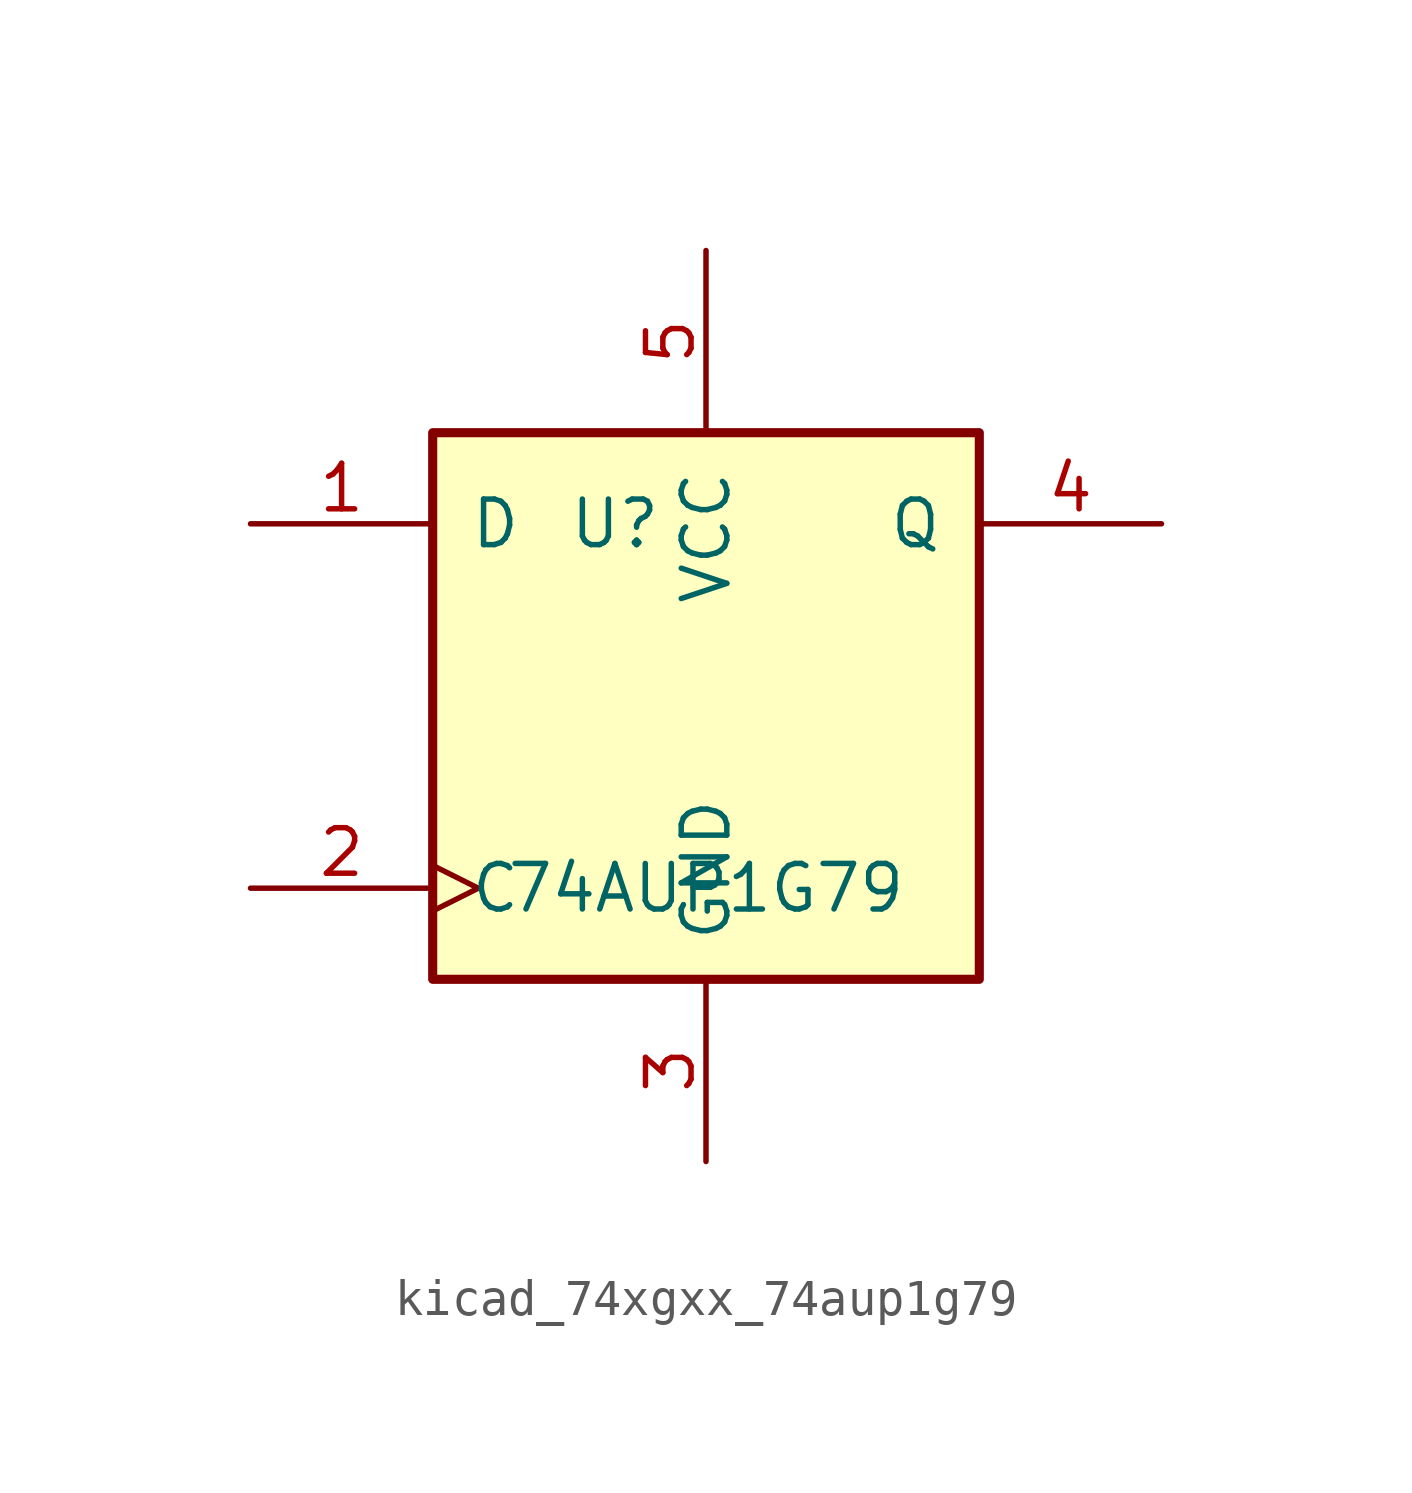
<source format=kicad_sym>
(kicad_symbol_lib
  (version 20220914)
  (generator kicad_symbol_editor)
  (symbol "kicad_74xgxx_74aup1g79"
    (pin_names
      (offset 1.016))
    (property "Reference" "U"
      (at -2.54 5.08 0)
      (effects (font (size 1.27 1.27))))
    (property "Value" "74AUP1G79"
      (at 0 -5.08 0)
      (effects (font (size 1.27 1.27))))
    (symbol "kicad_74xgxx_74aup1g79_0_1"
      (rectangle (start -7.62 7.62) (end 7.62 -7.62) (stroke (width 0.254) (type default)) (fill (type background))))
    (symbol "kicad_74xgxx_74aup1g79_1_1"
      (pin input line (at -12.7 5.08 0) (length 5.08) (name "D" (effects (font (size 1.27 1.27)))) (number "1" (effects (font (size 1.27 1.27)))))
      (pin input clock (at -12.7 -5.08 0) (length 5.08) (name "C" (effects (font (size 1.27 1.27)))) (number "2" (effects (font (size 1.27 1.27)))))
      (pin power_in line (at 0 -12.7 90) (length 5.08) (name "GND" (effects (font (size 1.27 1.27)))) (number "3" (effects (font (size 1.27 1.27)))))
      (pin output line (at 12.7 5.08 180) (length 5.08) (name "Q" (effects (font (size 1.27 1.27)))) (number "4" (effects (font (size 1.27 1.27)))))
      (pin power_in line (at 0 12.7 270) (length 5.08) (name "VCC" (effects (font (size 1.27 1.27)))) (number "5" (effects (font (size 1.27 1.27))))))))
</source>
